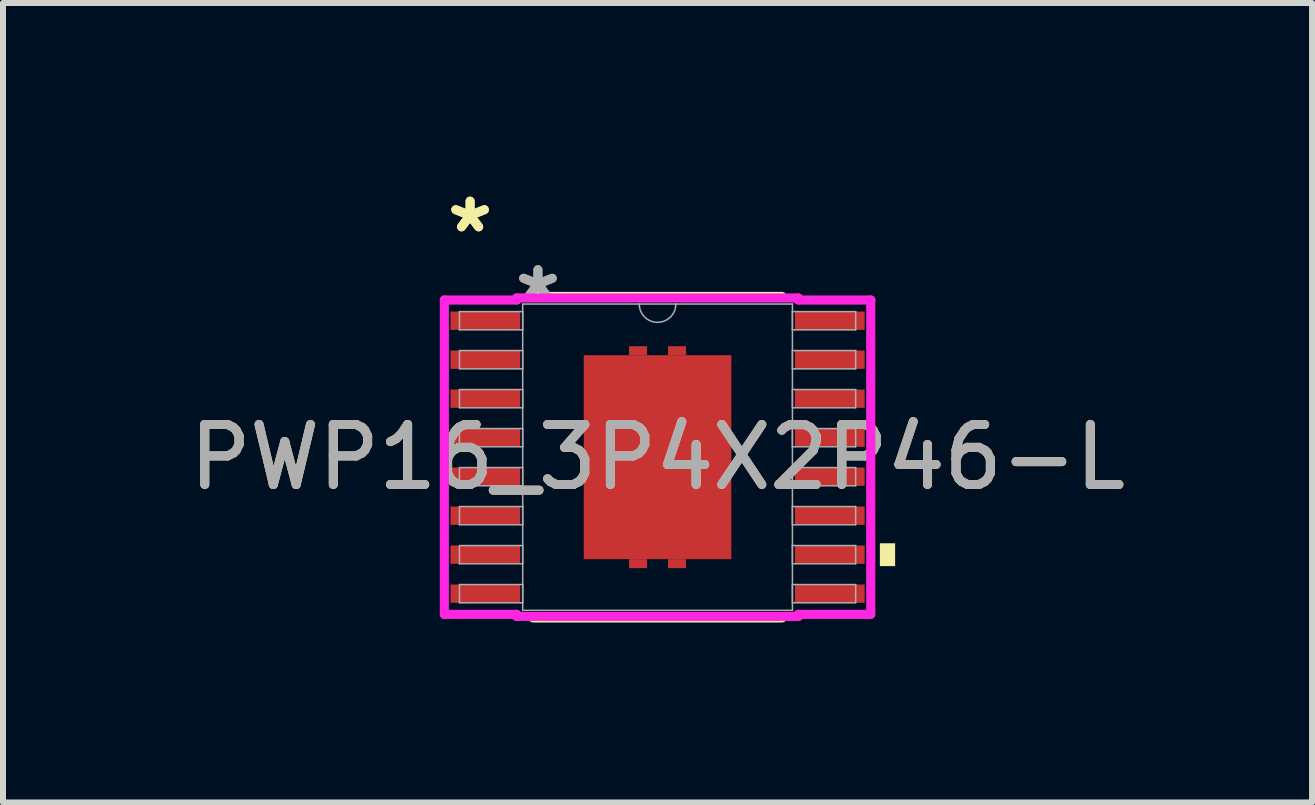
<source format=kicad_pcb>
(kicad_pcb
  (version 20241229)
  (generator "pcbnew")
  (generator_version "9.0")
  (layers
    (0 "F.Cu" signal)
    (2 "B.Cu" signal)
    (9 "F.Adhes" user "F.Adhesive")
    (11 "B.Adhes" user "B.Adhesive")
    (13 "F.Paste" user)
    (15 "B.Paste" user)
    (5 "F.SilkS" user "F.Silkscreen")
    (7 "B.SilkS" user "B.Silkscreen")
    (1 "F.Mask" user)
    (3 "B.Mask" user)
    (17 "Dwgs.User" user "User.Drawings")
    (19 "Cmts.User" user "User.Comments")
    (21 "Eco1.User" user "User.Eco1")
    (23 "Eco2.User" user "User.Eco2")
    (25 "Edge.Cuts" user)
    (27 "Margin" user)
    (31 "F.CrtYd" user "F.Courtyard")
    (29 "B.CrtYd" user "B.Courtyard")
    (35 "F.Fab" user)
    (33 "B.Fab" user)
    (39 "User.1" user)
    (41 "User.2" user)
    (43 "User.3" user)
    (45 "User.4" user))
  (footprint "PWP16_3P4X2P46-L"
    (layer "F.Cu")
    (at 7.911 4.571)
    (property "Reference" "PWP16_3P4X2P46-L" (at 0 0 0) (unlocked yes) (layer "F.SilkS") (effects (font (size 1 1) (thickness 0.15))))
    (attr smd)
    (fp_poly (pts (xy -0.175 -1.7) (xy -0.175 -1.85) (xy -0.475 -1.85) (xy -0.475 -1.7)) (stroke (width 0) (type solid)) (fill yes) (layer "F.Cu"))
    (fp_poly (pts (xy -0.175 1.7) (xy -0.175 1.85) (xy -0.475 1.85) (xy -0.475 1.7)) (stroke (width 0) (type solid)) (fill yes) (layer "F.Cu"))
    (fp_poly (pts (xy 0.175 -1.7) (xy 0.175 -1.85) (xy 0.475 -1.85) (xy 0.475 -1.7)) (stroke (width 0) (type solid)) (fill yes) (layer "F.Cu"))
    (fp_poly (pts (xy 0.175 1.7) (xy 0.175 1.85) (xy 0.475 1.85) (xy 0.475 1.7)) (stroke (width 0) (type solid)) (fill yes) (layer "F.Cu"))
    (fp_poly (pts (xy -0.175 -1.7) (xy -0.175 -1.85) (xy -0.475 -1.85) (xy -0.475 -1.7)) (stroke (width 0) (type solid)) (fill yes) (layer "F.Mask"))
    (fp_poly (pts (xy -0.175 1.7) (xy -0.175 1.85) (xy -0.475 1.85) (xy -0.475 1.7)) (stroke (width 0) (type solid)) (fill yes) (layer "F.Mask"))
    (fp_poly (pts (xy 0.175 -1.7) (xy 0.175 -1.85) (xy 0.475 -1.85) (xy 0.475 -1.7)) (stroke (width 0) (type solid)) (fill yes) (layer "F.Mask"))
    (fp_poly (pts (xy 0.175 1.7) (xy 0.175 1.85) (xy 0.475 1.85) (xy 0.475 1.7)) (stroke (width 0) (type solid)) (fill yes) (layer "F.Mask"))
    (fp_line (start -2.073 2.68) (end 2.073 2.68) (stroke (width 0.152) (type solid)) (layer "F.SilkS"))
    (fp_line (start 2.073 -2.68) (end -2.073 -2.68) (stroke (width 0.152) (type solid)) (layer "F.SilkS"))
    (fp_poly (pts (xy 3.96 1.435) (xy 3.96 1.816) (xy 3.706 1.816) (xy 3.706 1.435)) (stroke (width 0) (type solid)) (fill yes) (layer "F.SilkS"))
    (fp_poly (pts (xy -1.13 -1.6) (xy -1.13 -0.1) (xy 1.13 -0.1) (xy 1.13 -1.6)) (stroke (width 0) (type solid)) (fill yes) (layer "F.Paste"))
    (fp_poly (pts (xy -1.13 0.1) (xy -1.13 1.6) (xy 1.13 1.6) (xy 1.13 0.1)) (stroke (width 0) (type solid)) (fill yes) (layer "F.Paste"))
    (fp_line (start -3.554 -2.62) (end -2.349 -2.62) (stroke (width 0.152) (type solid)) (layer "F.CrtYd"))
    (fp_line (start -3.554 2.62) (end -3.554 -2.62) (stroke (width 0.152) (type solid)) (layer "F.CrtYd"))
    (fp_line (start -3.554 2.62) (end -2.349 2.62) (stroke (width 0.152) (type solid)) (layer "F.CrtYd"))
    (fp_line (start -2.349 -2.654) (end 2.349 -2.654) (stroke (width 0.152) (type solid)) (layer "F.CrtYd"))
    (fp_line (start -2.349 -2.62) (end -2.349 -2.654) (stroke (width 0.152) (type solid)) (layer "F.CrtYd"))
    (fp_line (start -2.349 2.654) (end -2.349 2.62) (stroke (width 0.152) (type solid)) (layer "F.CrtYd"))
    (fp_line (start 2.349 -2.654) (end 2.349 -2.62) (stroke (width 0.152) (type solid)) (layer "F.CrtYd"))
    (fp_line (start 2.349 2.62) (end 2.349 2.654) (stroke (width 0.152) (type solid)) (layer "F.CrtYd"))
    (fp_line (start 2.349 2.654) (end -2.349 2.654) (stroke (width 0.152) (type solid)) (layer "F.CrtYd"))
    (fp_line (start 3.554 -2.62) (end 2.349 -2.62) (stroke (width 0.152) (type solid)) (layer "F.CrtYd"))
    (fp_line (start 3.554 -2.62) (end 3.554 2.62) (stroke (width 0.152) (type solid)) (layer "F.CrtYd"))
    (fp_line (start 3.554 2.62) (end 2.349 2.62) (stroke (width 0.152) (type solid)) (layer "F.CrtYd"))
    (fp_line (start -3.302 -2.427) (end -3.302 -2.123) (stroke (width 0.025) (type solid)) (layer "F.Fab"))
    (fp_line (start -3.302 -2.123) (end -2.248 -2.123) (stroke (width 0.025) (type solid)) (layer "F.Fab"))
    (fp_line (start -3.302 -1.777) (end -3.302 -1.473) (stroke (width 0.025) (type solid)) (layer "F.Fab"))
    (fp_line (start -3.302 -1.473) (end -2.248 -1.473) (stroke (width 0.025) (type solid)) (layer "F.Fab"))
    (fp_line (start -3.302 -1.127) (end -3.302 -0.823) (stroke (width 0.025) (type solid)) (layer "F.Fab"))
    (fp_line (start -3.302 -0.823) (end -2.248 -0.823) (stroke (width 0.025) (type solid)) (layer "F.Fab"))
    (fp_line (start -3.302 -0.477) (end -3.302 -0.173) (stroke (width 0.025) (type solid)) (layer "F.Fab"))
    (fp_line (start -3.302 -0.173) (end -2.248 -0.173) (stroke (width 0.025) (type solid)) (layer "F.Fab"))
    (fp_line (start -3.302 0.173) (end -3.302 0.477) (stroke (width 0.025) (type solid)) (layer "F.Fab"))
    (fp_line (start -3.302 0.477) (end -2.248 0.477) (stroke (width 0.025) (type solid)) (layer "F.Fab"))
    (fp_line (start -3.302 0.823) (end -3.302 1.127) (stroke (width 0.025) (type solid)) (layer "F.Fab"))
    (fp_line (start -3.302 1.127) (end -2.248 1.127) (stroke (width 0.025) (type solid)) (layer "F.Fab"))
    (fp_line (start -3.302 1.473) (end -3.302 1.777) (stroke (width 0.025) (type solid)) (layer "F.Fab"))
    (fp_line (start -3.302 1.777) (end -2.248 1.777) (stroke (width 0.025) (type solid)) (layer "F.Fab"))
    (fp_line (start -3.302 2.123) (end -3.302 2.427) (stroke (width 0.025) (type solid)) (layer "F.Fab"))
    (fp_line (start -3.302 2.427) (end -2.248 2.427) (stroke (width 0.025) (type solid)) (layer "F.Fab"))
    (fp_line (start -2.248 -2.553) (end -2.248 2.553) (stroke (width 0.025) (type solid)) (layer "F.Fab"))
    (fp_line (start -2.248 -2.427) (end -3.302 -2.427) (stroke (width 0.025) (type solid)) (layer "F.Fab"))
    (fp_line (start -2.248 -2.123) (end -2.248 -2.427) (stroke (width 0.025) (type solid)) (layer "F.Fab"))
    (fp_line (start -2.248 -1.777) (end -3.302 -1.777) (stroke (width 0.025) (type solid)) (layer "F.Fab"))
    (fp_line (start -2.248 -1.473) (end -2.248 -1.777) (stroke (width 0.025) (type solid)) (layer "F.Fab"))
    (fp_line (start -2.248 -1.127) (end -3.302 -1.127) (stroke (width 0.025) (type solid)) (layer "F.Fab"))
    (fp_line (start -2.248 -0.823) (end -2.248 -1.127) (stroke (width 0.025) (type solid)) (layer "F.Fab"))
    (fp_line (start -2.248 -0.477) (end -3.302 -0.477) (stroke (width 0.025) (type solid)) (layer "F.Fab"))
    (fp_line (start -2.248 -0.173) (end -2.248 -0.477) (stroke (width 0.025) (type solid)) (layer "F.Fab"))
    (fp_line (start -2.248 0.173) (end -3.302 0.173) (stroke (width 0.025) (type solid)) (layer "F.Fab"))
    (fp_line (start -2.248 0.477) (end -2.248 0.173) (stroke (width 0.025) (type solid)) (layer "F.Fab"))
    (fp_line (start -2.248 0.823) (end -3.302 0.823) (stroke (width 0.025) (type solid)) (layer "F.Fab"))
    (fp_line (start -2.248 1.127) (end -2.248 0.823) (stroke (width 0.025) (type solid)) (layer "F.Fab"))
    (fp_line (start -2.248 1.473) (end -3.302 1.473) (stroke (width 0.025) (type solid)) (layer "F.Fab"))
    (fp_line (start -2.248 1.777) (end -2.248 1.473) (stroke (width 0.025) (type solid)) (layer "F.Fab"))
    (fp_line (start -2.248 2.123) (end -3.302 2.123) (stroke (width 0.025) (type solid)) (layer "F.Fab"))
    (fp_line (start -2.248 2.427) (end -2.248 2.123) (stroke (width 0.025) (type solid)) (layer "F.Fab"))
    (fp_line (start -2.248 2.553) (end 2.248 2.553) (stroke (width 0.025) (type solid)) (layer "F.Fab"))
    (fp_line (start 2.248 -2.553) (end -2.248 -2.553) (stroke (width 0.025) (type solid)) (layer "F.Fab"))
    (fp_line (start 2.248 -2.427) (end 2.248 -2.123) (stroke (width 0.025) (type solid)) (layer "F.Fab"))
    (fp_line (start 2.248 -2.123) (end 3.302 -2.123) (stroke (width 0.025) (type solid)) (layer "F.Fab"))
    (fp_line (start 2.248 -1.777) (end 2.248 -1.473) (stroke (width 0.025) (type solid)) (layer "F.Fab"))
    (fp_line (start 2.248 -1.473) (end 3.302 -1.473) (stroke (width 0.025) (type solid)) (layer "F.Fab"))
    (fp_line (start 2.248 -1.127) (end 2.248 -0.823) (stroke (width 0.025) (type solid)) (layer "F.Fab"))
    (fp_line (start 2.248 -0.823) (end 3.302 -0.823) (stroke (width 0.025) (type solid)) (layer "F.Fab"))
    (fp_line (start 2.248 -0.477) (end 2.248 -0.173) (stroke (width 0.025) (type solid)) (layer "F.Fab"))
    (fp_line (start 2.248 -0.173) (end 3.302 -0.173) (stroke (width 0.025) (type solid)) (layer "F.Fab"))
    (fp_line (start 2.248 0.173) (end 2.248 0.477) (stroke (width 0.025) (type solid)) (layer "F.Fab"))
    (fp_line (start 2.248 0.477) (end 3.302 0.477) (stroke (width 0.025) (type solid)) (layer "F.Fab"))
    (fp_line (start 2.248 0.823) (end 2.248 1.127) (stroke (width 0.025) (type solid)) (layer "F.Fab"))
    (fp_line (start 2.248 1.127) (end 3.302 1.127) (stroke (width 0.025) (type solid)) (layer "F.Fab"))
    (fp_line (start 2.248 1.473) (end 2.248 1.777) (stroke (width 0.025) (type solid)) (layer "F.Fab"))
    (fp_line (start 2.248 1.777) (end 3.302 1.777) (stroke (width 0.025) (type solid)) (layer "F.Fab"))
    (fp_line (start 2.248 2.123) (end 2.248 2.427) (stroke (width 0.025) (type solid)) (layer "F.Fab"))
    (fp_line (start 2.248 2.427) (end 3.302 2.427) (stroke (width 0.025) (type solid)) (layer "F.Fab"))
    (fp_line (start 2.248 2.553) (end 2.248 -2.553) (stroke (width 0.025) (type solid)) (layer "F.Fab"))
    (fp_line (start 3.302 -2.427) (end 2.248 -2.427) (stroke (width 0.025) (type solid)) (layer "F.Fab"))
    (fp_line (start 3.302 -2.123) (end 3.302 -2.427) (stroke (width 0.025) (type solid)) (layer "F.Fab"))
    (fp_line (start 3.302 -1.777) (end 2.248 -1.777) (stroke (width 0.025) (type solid)) (layer "F.Fab"))
    (fp_line (start 3.302 -1.473) (end 3.302 -1.777) (stroke (width 0.025) (type solid)) (layer "F.Fab"))
    (fp_line (start 3.302 -1.127) (end 2.248 -1.127) (stroke (width 0.025) (type solid)) (layer "F.Fab"))
    (fp_line (start 3.302 -0.823) (end 3.302 -1.127) (stroke (width 0.025) (type solid)) (layer "F.Fab"))
    (fp_line (start 3.302 -0.477) (end 2.248 -0.477) (stroke (width 0.025) (type solid)) (layer "F.Fab"))
    (fp_line (start 3.302 -0.173) (end 3.302 -0.477) (stroke (width 0.025) (type solid)) (layer "F.Fab"))
    (fp_line (start 3.302 0.173) (end 2.248 0.173) (stroke (width 0.025) (type solid)) (layer "F.Fab"))
    (fp_line (start 3.302 0.477) (end 3.302 0.173) (stroke (width 0.025) (type solid)) (layer "F.Fab"))
    (fp_line (start 3.302 0.823) (end 2.248 0.823) (stroke (width 0.025) (type solid)) (layer "F.Fab"))
    (fp_line (start 3.302 1.127) (end 3.302 0.823) (stroke (width 0.025) (type solid)) (layer "F.Fab"))
    (fp_line (start 3.302 1.473) (end 2.248 1.473) (stroke (width 0.025) (type solid)) (layer "F.Fab"))
    (fp_line (start 3.302 1.777) (end 3.302 1.473) (stroke (width 0.025) (type solid)) (layer "F.Fab"))
    (fp_line (start 3.302 2.123) (end 2.248 2.123) (stroke (width 0.025) (type solid)) (layer "F.Fab"))
    (fp_line (start 3.302 2.427) (end 3.302 2.123) (stroke (width 0.025) (type solid)) (layer "F.Fab"))
    (fp_arc (start 0.3048 -2.5527) (mid 0 -2.2479) (end -0.3048 -2.5527) (stroke (width 0.0254) (type solid)) (layer "F.Fab"))
    (fp_text user "*" (at -3.125 -3.723 0) (unlocked yes) (layer "F.SilkS") (effects (font (size 1 1) (thickness 0.15))))
    (fp_text user "*" (at -3.125 -3.723 0) (layer "F.SilkS") (effects (font (size 1 1) (thickness 0.15))))
    (fp_text user "*" (at -1.994 -2.58 0) (layer "F.Fab") (effects (font (size 1 1) (thickness 0.15))))
    (fp_text user "*" (at -1.994 -2.58 0) (unlocked yes) (layer "F.Fab") (effects (font (size 1 1) (thickness 0.15))))
    (fp_text user "${REFERENCE}" (at 0 0 0) (unlocked yes) (layer "F.Fab") (effects (font (size 1 1) (thickness 0.15))))
    (pad "1" smd rect (at -2.871 -2.275) (size 1.162 0.305) (layers "F.Cu" "F.Mask" "F.Paste"))
    (pad "2" smd rect (at -2.871 -1.625) (size 1.162 0.305) (layers "F.Cu" "F.Mask" "F.Paste"))
    (pad "3" smd rect (at -2.871 -0.975) (size 1.162 0.305) (layers "F.Cu" "F.Mask" "F.Paste"))
    (pad "4" smd rect (at -2.871 -0.325) (size 1.162 0.305) (layers "F.Cu" "F.Mask" "F.Paste"))
    (pad "5" smd rect (at -2.871 0.325) (size 1.162 0.305) (layers "F.Cu" "F.Mask" "F.Paste"))
    (pad "6" smd rect (at -2.871 0.975) (size 1.162 0.305) (layers "F.Cu" "F.Mask" "F.Paste"))
    (pad "7" smd rect (at -2.871 1.625) (size 1.162 0.305) (layers "F.Cu" "F.Mask" "F.Paste"))
    (pad "8" smd rect (at -2.871 2.275) (size 1.162 0.305) (layers "F.Cu" "F.Mask" "F.Paste"))
    (pad "9" smd rect (at 2.871 2.275) (size 1.162 0.305) (layers "F.Cu" "F.Mask" "F.Paste"))
    (pad "10" smd rect (at 2.871 1.625) (size 1.162 0.305) (layers "F.Cu" "F.Mask" "F.Paste"))
    (pad "11" smd rect (at 2.871 0.975) (size 1.162 0.305) (layers "F.Cu" "F.Mask" "F.Paste"))
    (pad "12" smd rect (at 2.871 0.325) (size 1.162 0.305) (layers "F.Cu" "F.Mask" "F.Paste"))
    (pad "13" smd rect (at 2.871 -0.325) (size 1.162 0.305) (layers "F.Cu" "F.Mask" "F.Paste"))
    (pad "14" smd rect (at 2.871 -0.975) (size 1.162 0.305) (layers "F.Cu" "F.Mask" "F.Paste"))
    (pad "15" smd rect (at 2.871 -1.625) (size 1.162 0.305) (layers "F.Cu" "F.Mask" "F.Paste"))
    (pad "16" smd rect (at 2.871 -2.275) (size 1.162 0.305) (layers "F.Cu" "F.Mask" "F.Paste"))
    (pad "17" smd rect (at 0 0) (size 2.46 3.4) (layers "F.Cu" "F.Mask" "F.Paste")))
  (gr_rect
    (start -3 -3)
    (end 18.821 10.327)
    (stroke (width 0.1) (type default))
    (fill no)
    (layer "Edge.Cuts")))
</source>
